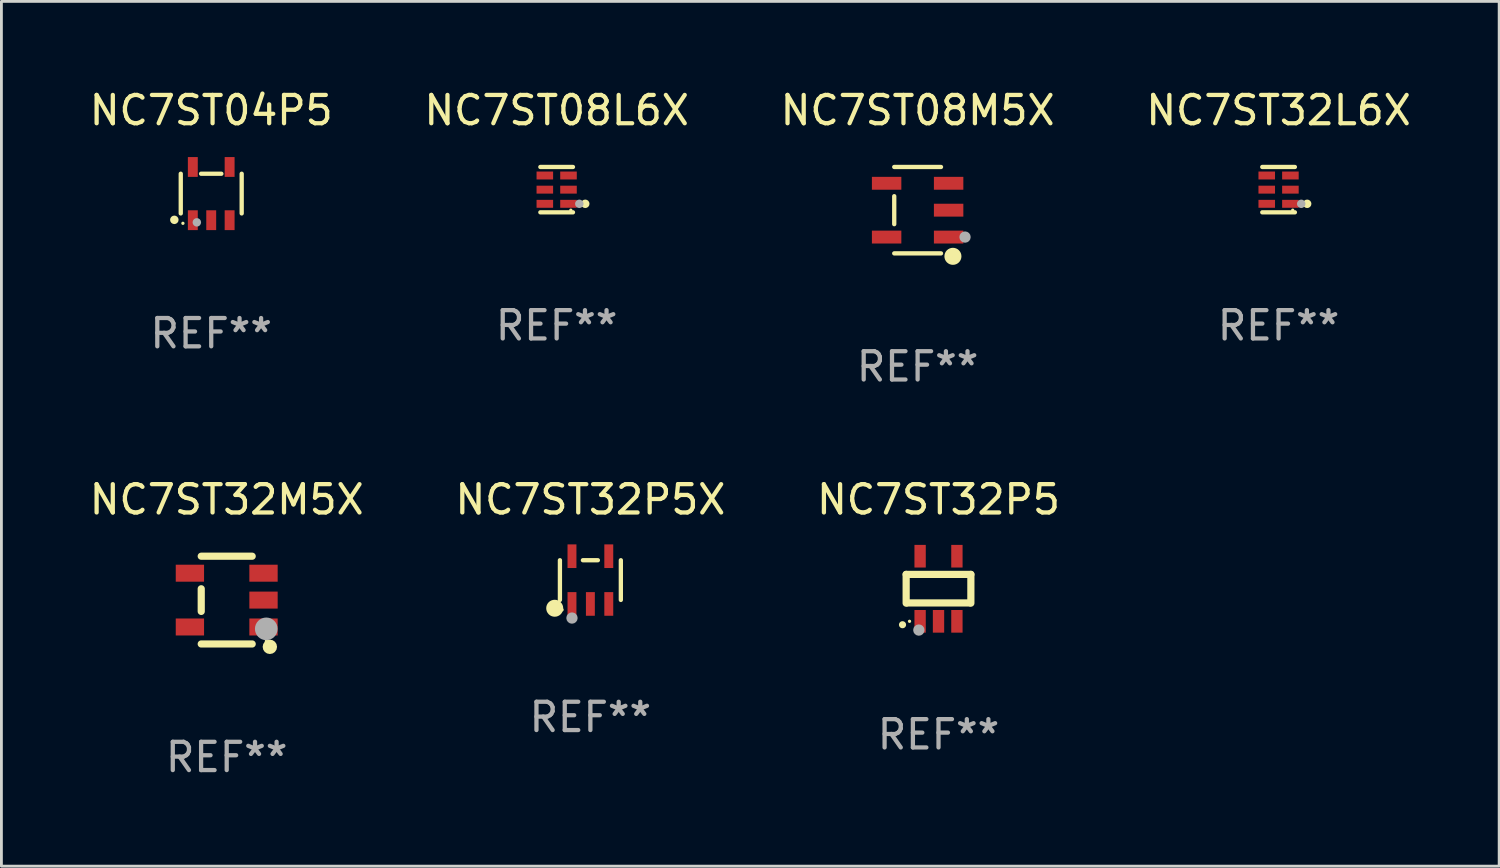
<source format=kicad_pcb>
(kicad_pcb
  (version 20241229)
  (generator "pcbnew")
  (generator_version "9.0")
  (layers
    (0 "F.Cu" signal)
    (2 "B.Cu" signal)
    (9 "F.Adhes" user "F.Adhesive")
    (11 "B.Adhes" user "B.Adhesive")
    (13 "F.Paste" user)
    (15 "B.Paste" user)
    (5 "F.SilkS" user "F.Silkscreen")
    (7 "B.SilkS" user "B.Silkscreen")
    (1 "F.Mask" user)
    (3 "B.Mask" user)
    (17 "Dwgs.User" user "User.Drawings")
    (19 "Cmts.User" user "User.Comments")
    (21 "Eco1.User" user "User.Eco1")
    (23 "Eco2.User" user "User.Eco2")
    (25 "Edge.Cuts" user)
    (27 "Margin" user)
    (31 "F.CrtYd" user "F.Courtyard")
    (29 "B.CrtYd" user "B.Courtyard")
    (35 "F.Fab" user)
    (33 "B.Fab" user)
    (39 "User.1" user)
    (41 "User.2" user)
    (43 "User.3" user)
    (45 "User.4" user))
  (footprint "NC7ST08L6X"
    (layer "F.Cu")
    (at 16.613 3.649)
    (property "Reference" "NC7ST08L6X" (at 0 -2.801 0) (layer "F.SilkS") (effects (font (size 1 1) (thickness 0.15))))
    (attr through_hole)
    (fp_line (start 0.576 -0.801) (end -0.576 -0.801) (stroke (width 0.152) (type solid)) (layer "F.SilkS"))
    (fp_line (start 0.576 0.801) (end -0.576 0.801) (stroke (width 0.152) (type solid)) (layer "F.SilkS"))
    (fp_circle (center 0.5 0.725) (end 0.53 0.725) (stroke (width 0.06) (type solid)) (fill no) (layer "F.SilkS"))
    (fp_circle (center 1.01 0.5) (end 1.085 0.5) (stroke (width 0.15) (type solid)) (fill no) (layer "F.SilkS"))
    (fp_circle (center 0.8 0.5) (end 0.875 0.5) (stroke (width 0.15) (type solid)) (fill no) (layer "F.Fab"))
    (fp_text user "REF**" (at 0 4.801 0) (layer "F.Fab") (effects (font (size 1 1) (thickness 0.15))))
    (pad "1" smd rect (at 0.418 0.5 90) (size 0.28 0.585) (layers "F.Cu" "F.Mask" "F.Paste"))
    (pad "2" smd rect (at 0.418 0 90) (size 0.28 0.585) (layers "F.Cu" "F.Mask" "F.Paste"))
    (pad "3" smd rect (at 0.418 -0.5 90) (size 0.28 0.585) (layers "F.Cu" "F.Mask" "F.Paste"))
    (pad "4" smd rect (at -0.418 -0.5 90) (size 0.28 0.585) (layers "F.Cu" "F.Mask" "F.Paste"))
    (pad "5" smd rect (at -0.418 0 90) (size 0.28 0.585) (layers "F.Cu" "F.Mask" "F.Paste"))
    (pad "6" smd rect (at -0.418 0.5 90) (size 0.28 0.585) (layers "F.Cu" "F.Mask" "F.Paste")))
  (footprint "NC7ST04P5"
    (layer "F.Cu")
    (at 4.411 3.788)
    (property "Reference" "NC7ST04P5" (at 0 -2.94 0) (layer "F.SilkS") (effects (font (size 1 1) (thickness 0.15))))
    (attr through_hole)
    (fp_line (start -1.076 0.701) (end -1.076 -0.701) (stroke (width 0.152) (type solid)) (layer "F.SilkS"))
    (fp_line (start -0.358 -0.701) (end 0.358 -0.701) (stroke (width 0.152) (type solid)) (layer "F.SilkS"))
    (fp_line (start 1.076 0.701) (end 1.076 -0.701) (stroke (width 0.152) (type solid)) (layer "F.SilkS"))
    (fp_circle (center -1.303 0.927) (end -1.228 0.927) (stroke (width 0.15) (type solid)) (fill no) (layer "F.SilkS"))
    (fp_circle (center -1 1.05) (end -0.97 1.05) (stroke (width 0.06) (type solid)) (fill no) (layer "F.SilkS"))
    (fp_circle (center -0.508 1.016) (end -0.433 1.016) (stroke (width 0.15) (type solid)) (fill no) (layer "F.Fab"))
    (fp_text user "REF**" (at 0 4.94 0) (layer "F.Fab") (effects (font (size 1 1) (thickness 0.15))))
    (pad "1" smd rect (at -0.65 0.94) (size 0.35 0.7) (layers "F.Cu" "F.Mask" "F.Paste"))
    (pad "2" smd rect (at 0 0.94) (size 0.35 0.7) (layers "F.Cu" "F.Mask" "F.Paste"))
    (pad "3" smd rect (at 0.65 0.94) (size 0.35 0.7) (layers "F.Cu" "F.Mask" "F.Paste"))
    (pad "4" smd rect (at 0.65 -0.94) (size 0.35 0.7) (layers "F.Cu" "F.Mask" "F.Paste"))
    (pad "5" smd rect (at -0.65 -0.94) (size 0.35 0.7) (layers "F.Cu" "F.Mask" "F.Paste")))
  (footprint "NC7ST32M5X"
    (layer "F.Cu")
    (at 4.958 18.147)
    (property "Reference" "NC7ST32M5X" (at 0 -3.55 0) (layer "F.SilkS") (effects (font (size 1 1) (thickness 0.15))))
    (attr through_hole)
    (fp_line (start -0.9 -1.55) (end 0.9 -1.55) (stroke (width 0.254) (type solid)) (layer "F.SilkS"))
    (fp_line (start -0.9 0.4) (end -0.9 -0.4) (stroke (width 0.254) (type solid)) (layer "F.SilkS"))
    (fp_line (start -0.9 1.55) (end 0.9 1.55) (stroke (width 0.254) (type solid)) (layer "F.SilkS"))
    (fp_circle (center 1.4 1.45) (end 1.43 1.45) (stroke (width 0.06) (type solid)) (fill no) (layer "F.SilkS"))
    (fp_circle (center 1.524 1.651) (end 1.651 1.651) (stroke (width 0.254) (type solid)) (fill no) (layer "F.SilkS"))
    (fp_circle (center 1.397 1.016) (end 1.597 1.016) (stroke (width 0.4) (type solid)) (fill no) (layer "F.Fab"))
    (fp_text user "REF**" (at 0 5.55 0) (layer "F.Fab") (effects (font (size 1 1) (thickness 0.15))))
    (pad "1" smd rect (at 1.3 0.95) (size 1 0.6) (layers "F.Cu" "F.Mask" "F.Paste"))
    (pad "2" smd rect (at 1.3 -0.000051) (size 1 0.6) (layers "F.Cu" "F.Mask" "F.Paste"))
    (pad "3" smd rect (at 1.3 -0.95) (size 1 0.6) (layers "F.Cu" "F.Mask" "F.Paste"))
    (pad "4" smd rect (at -1.3 -0.95) (size 1 0.6) (layers "F.Cu" "F.Mask" "F.Paste"))
    (pad "5" smd rect (at -1.3 0.95) (size 1 0.6) (layers "F.Cu" "F.Mask" "F.Paste")))
  (footprint "NC7ST32P5X"
    (layer "F.Cu")
    (at 17.804 17.44)
    (property "Reference" "NC7ST32P5X" (at 0 -2.843 0) (layer "F.SilkS") (effects (font (size 1 1) (thickness 0.15))))
    (attr through_hole)
    (fp_line (start -1.076 0.701) (end -1.076 -0.701) (stroke (width 0.152) (type solid)) (layer "F.SilkS"))
    (fp_line (start 0.264 -0.701) (end -0.264 -0.701) (stroke (width 0.152) (type solid)) (layer "F.SilkS"))
    (fp_line (start 1.076 0.701) (end 1.076 -0.701) (stroke (width 0.152) (type solid)) (layer "F.SilkS"))
    (fp_circle (center -1.26 0.995) (end -1.11 0.995) (stroke (width 0.3) (type solid)) (fill no) (layer "F.SilkS"))
    (fp_circle (center -1 1.05) (end -0.97 1.05) (stroke (width 0.06) (type solid)) (fill no) (layer "F.SilkS"))
    (fp_circle (center -0.65 1.341) (end -0.55 1.341) (stroke (width 0.2) (type solid)) (fill no) (layer "F.Fab"))
    (fp_text user "REF**" (at 0 4.843 0) (layer "F.Fab") (effects (font (size 1 1) (thickness 0.15))))
    (pad "1" smd rect (at -0.65 0.843) (size 0.315 0.835) (layers "F.Cu" "F.Mask" "F.Paste"))
    (pad "2" smd rect (at 0.00014 0.843) (size 0.315 0.835) (layers "F.Cu" "F.Mask" "F.Paste"))
    (pad "3" smd rect (at 0.65 0.843) (size 0.315 0.835) (layers "F.Cu" "F.Mask" "F.Paste"))
    (pad "4" smd rect (at 0.65 -0.843) (size 0.315 0.835) (layers "F.Cu" "F.Mask" "F.Paste"))
    (pad "5" smd rect (at -0.65 -0.843) (size 0.315 0.835) (layers "F.Cu" "F.Mask" "F.Paste")))
  (footprint "NC7ST08M5X"
    (layer "F.Cu")
    (at 29.363 4.374)
    (property "Reference" "NC7ST08M5X" (at 0 -3.526 0) (layer "F.SilkS") (effects (font (size 1 1) (thickness 0.15))))
    (attr through_hole)
    (fp_line (start -0.826 -0.494) (end -0.826 0.494) (stroke (width 0.152) (type solid)) (layer "F.SilkS"))
    (fp_line (start 0.826 -1.526) (end -0.826 -1.526) (stroke (width 0.152) (type solid)) (layer "F.SilkS"))
    (fp_line (start 0.826 1.526) (end -0.826 1.526) (stroke (width 0.152) (type solid)) (layer "F.SilkS"))
    (fp_circle (center 1.247 1.63) (end 1.398 1.63) (stroke (width 0.3) (type solid)) (fill no) (layer "F.SilkS"))
    (fp_circle (center 1.375 1.45) (end 1.405 1.45) (stroke (width 0.06) (type solid)) (fill no) (layer "F.SilkS"))
    (fp_circle (center 1.675 0.95) (end 1.775 0.95) (stroke (width 0.2) (type solid)) (fill no) (layer "F.Fab"))
    (fp_text user "REF**" (at 0 5.526 0) (layer "F.Fab") (effects (font (size 1 1) (thickness 0.15))))
    (pad "1" smd rect (at 1.095 0.95 270) (size 0.455 1.04) (layers "F.Cu" "F.Mask" "F.Paste"))
    (pad "2" smd rect (at 1.095 0 270) (size 0.455 1.04) (layers "F.Cu" "F.Mask" "F.Paste"))
    (pad "3" smd rect (at 1.095 -0.95 270) (size 0.455 1.04) (layers "F.Cu" "F.Mask" "F.Paste"))
    (pad "4" smd rect (at -1.095 -0.95 270) (size 0.455 1.04) (layers "F.Cu" "F.Mask" "F.Paste"))
    (pad "5" smd rect (at -1.095 0.95 270) (size 0.455 1.04) (layers "F.Cu" "F.Mask" "F.Paste")))
  (footprint "NC7ST32L6X"
    (layer "F.Cu")
    (at 42.113 3.649)
    (property "Reference" "NC7ST32L6X" (at 0 -2.801 0) (layer "F.SilkS") (effects (font (size 1 1) (thickness 0.15))))
    (attr through_hole)
    (fp_line (start 0.576 -0.801) (end -0.576 -0.801) (stroke (width 0.152) (type solid)) (layer "F.SilkS"))
    (fp_line (start 0.576 0.801) (end -0.576 0.801) (stroke (width 0.152) (type solid)) (layer "F.SilkS"))
    (fp_circle (center 0.5 0.725) (end 0.53 0.725) (stroke (width 0.06) (type solid)) (fill no) (layer "F.SilkS"))
    (fp_circle (center 1.01 0.5) (end 1.085 0.5) (stroke (width 0.15) (type solid)) (fill no) (layer "F.SilkS"))
    (fp_circle (center 0.8 0.5) (end 0.875 0.5) (stroke (width 0.15) (type solid)) (fill no) (layer "F.Fab"))
    (fp_text user "REF**" (at 0 4.801 0) (layer "F.Fab") (effects (font (size 1 1) (thickness 0.15))))
    (pad "1" smd rect (at 0.418 0.5 90) (size 0.28 0.585) (layers "F.Cu" "F.Mask" "F.Paste"))
    (pad "2" smd rect (at 0.418 0 90) (size 0.28 0.585) (layers "F.Cu" "F.Mask" "F.Paste"))
    (pad "3" smd rect (at 0.418 -0.5 90) (size 0.28 0.585) (layers "F.Cu" "F.Mask" "F.Paste"))
    (pad "4" smd rect (at -0.418 -0.5 90) (size 0.28 0.585) (layers "F.Cu" "F.Mask" "F.Paste"))
    (pad "5" smd rect (at -0.418 0 90) (size 0.28 0.585) (layers "F.Cu" "F.Mask" "F.Paste"))
    (pad "6" smd rect (at -0.418 0.5 90) (size 0.28 0.585) (layers "F.Cu" "F.Mask" "F.Paste")))
  (footprint "NC7ST32P5"
    (layer "F.Cu")
    (at 30.101 17.747)
    (property "Reference" "NC7ST32P5" (at 0 -3.15 0) (layer "F.SilkS") (effects (font (size 1 1) (thickness 0.15))))
    (attr through_hole)
    (fp_line (start -1.143 -0.508) (end -1.143 0.508) (stroke (width 0.254) (type solid)) (layer "F.SilkS"))
    (fp_line (start -1.1 0.5) (end 1.1 0.5) (stroke (width 0.254) (type solid)) (layer "F.SilkS"))
    (fp_line (start 1.143 -0.508) (end -1.143 -0.508) (stroke (width 0.254) (type solid)) (layer "F.SilkS"))
    (fp_line (start 1.143 0.508) (end 1.143 -0.508) (stroke (width 0.254) (type solid)) (layer "F.SilkS"))
    (fp_arc (start -1.272543 1.26999) (mid -1.271273 1.269983) (end -1.270003 1.26999) (stroke (width 0.24892) (type solid)) (layer "F.SilkS"))
    (fp_circle (center -1.024 1.149) (end -0.994 1.149) (stroke (width 0.06) (type solid)) (fill no) (layer "F.SilkS"))
    (fp_circle (center -0.695 1.459) (end -0.595 1.459) (stroke (width 0.2) (type solid)) (fill no) (layer "F.Fab"))
    (fp_text user "REF**" (at 0 5.15 0) (layer "F.Fab") (effects (font (size 1 1) (thickness 0.15))))
    (pad "1" smd rect (at -0.65 1.15) (size 0.4 0.8) (layers "F.Cu" "F.Mask" "F.Paste"))
    (pad "2" smd rect (at 0 1.15) (size 0.4 0.8) (layers "F.Cu" "F.Mask" "F.Paste"))
    (pad "3" smd rect (at 0.65 1.15) (size 0.4 0.8) (layers "F.Cu" "F.Mask" "F.Paste"))
    (pad "4" smd rect (at 0.65 -1.15) (size 0.4 0.8) (layers "F.Cu" "F.Mask" "F.Paste"))
    (pad "5" smd rect (at -0.65 -1.15) (size 0.4 0.8) (layers "F.Cu" "F.Mask" "F.Paste")))
  (gr_rect
    (start -3 -3)
    (end 49.905 27.546)
    (stroke (width 0.1) (type default))
    (fill no)
    (layer "Edge.Cuts")))
</source>
